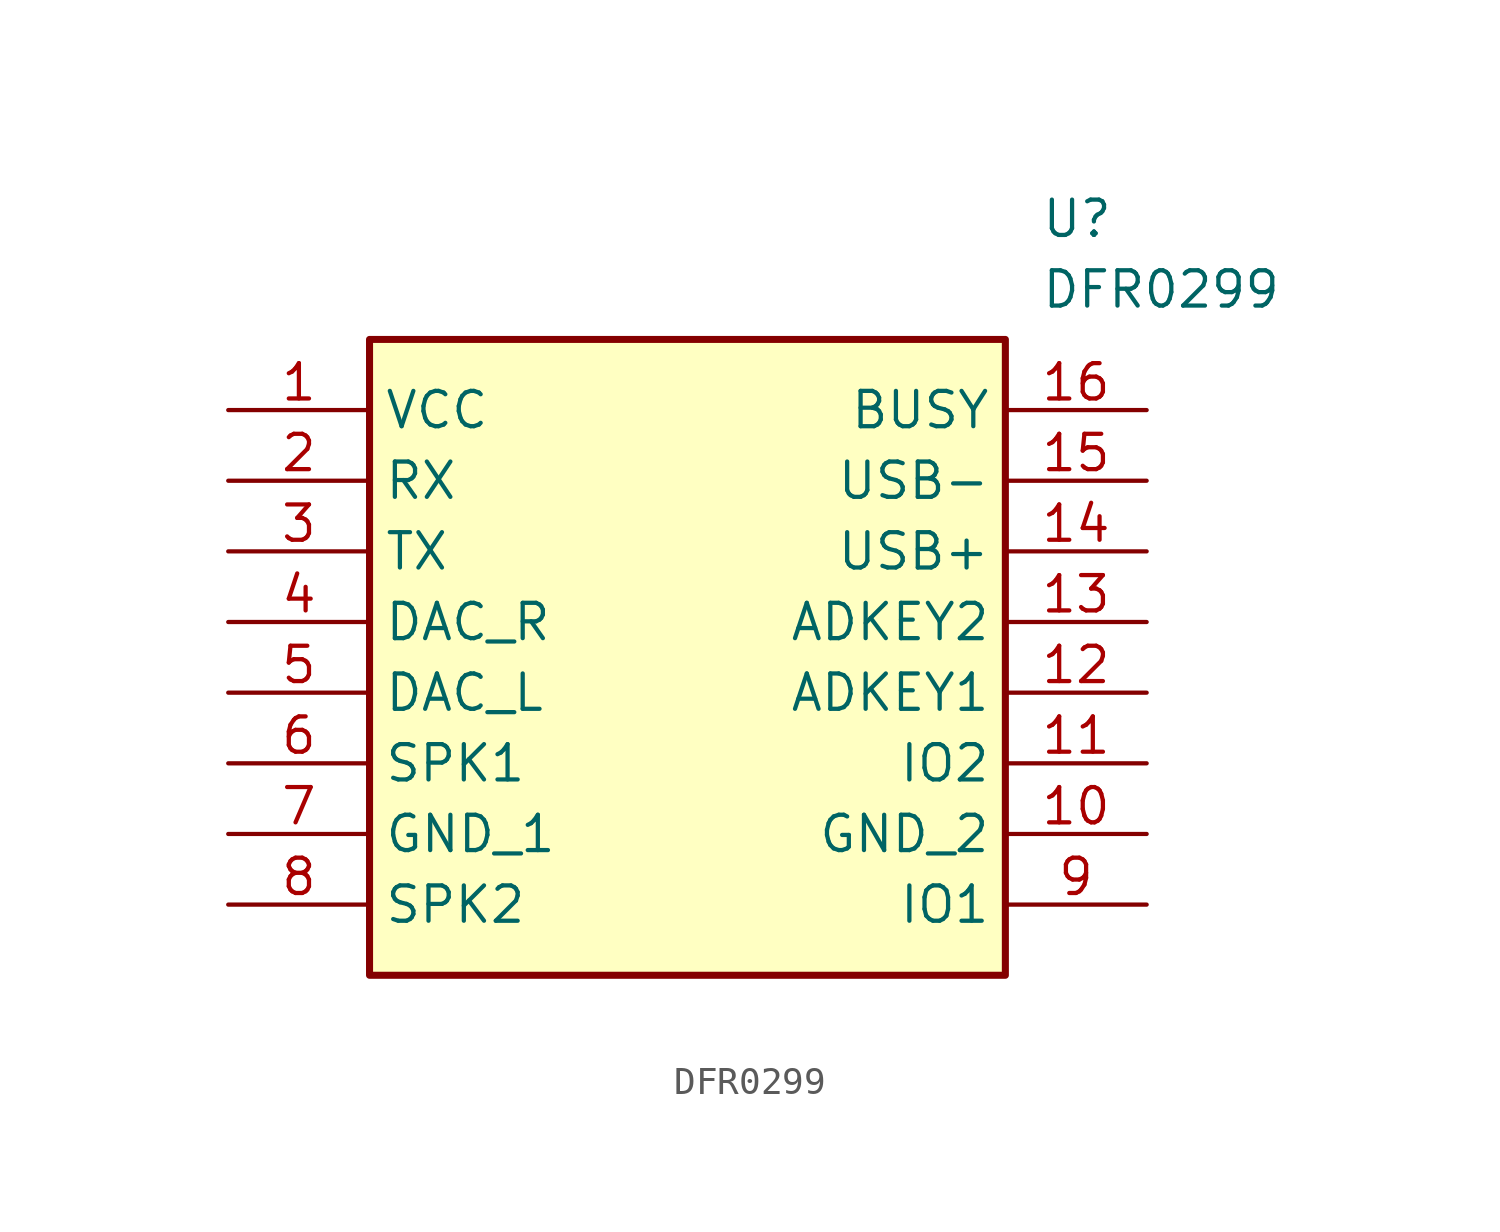
<source format=kicad_sym>
(kicad_symbol_lib
  (version 20211014)
  (generator SamacSys_ECAD_Model)
  (symbol "DFR0299"
    (property "Reference" "U"
      (at 29.21 7.62 0)
      (effects (font (size 1.27 1.27)) (justify left top)))
    (property "Value" "DFR0299"
      (at 29.21 5.08 0)
      (effects (font (size 1.27 1.27)) (justify left top)))
    (rectangle
      (start 5.08 2.54)
      (end 27.94 -20.32)
      (stroke (width 0.254) (type default))
      (fill (type background)))
    (pin passive line
      (at 0 0 0)
      (length 5.08)
      (name "VCC" (effects (font (size 1.27 1.27))))
      (number "1" (effects (font (size 1.27 1.27)))))
    (pin passive line
      (at 0 -2.54 0)
      (length 5.08)
      (name "RX" (effects (font (size 1.27 1.27))))
      (number "2" (effects (font (size 1.27 1.27)))))
    (pin passive line
      (at 0 -5.08 0)
      (length 5.08)
      (name "TX" (effects (font (size 1.27 1.27))))
      (number "3" (effects (font (size 1.27 1.27)))))
    (pin passive line
      (at 0 -7.62 0)
      (length 5.08)
      (name "DAC_R" (effects (font (size 1.27 1.27))))
      (number "4" (effects (font (size 1.27 1.27)))))
    (pin passive line
      (at 0 -10.16 0)
      (length 5.08)
      (name "DAC_L" (effects (font (size 1.27 1.27))))
      (number "5" (effects (font (size 1.27 1.27)))))
    (pin passive line
      (at 0 -12.7 0)
      (length 5.08)
      (name "SPK1" (effects (font (size 1.27 1.27))))
      (number "6" (effects (font (size 1.27 1.27)))))
    (pin passive line
      (at 0 -15.24 0)
      (length 5.08)
      (name "GND_1" (effects (font (size 1.27 1.27))))
      (number "7" (effects (font (size 1.27 1.27)))))
    (pin passive line
      (at 0 -17.78 0)
      (length 5.08)
      (name "SPK2" (effects (font (size 1.27 1.27))))
      (number "8" (effects (font (size 1.27 1.27)))))
    (pin passive line
      (at 33.02 -17.78 180)
      (length 5.08)
      (name "IO1" (effects (font (size 1.27 1.27))))
      (number "9" (effects (font (size 1.27 1.27)))))
    (pin passive line
      (at 33.02 -15.24 180)
      (length 5.08)
      (name "GND_2" (effects (font (size 1.27 1.27))))
      (number "10" (effects (font (size 1.27 1.27)))))
    (pin passive line
      (at 33.02 -12.7 180)
      (length 5.08)
      (name "IO2" (effects (font (size 1.27 1.27))))
      (number "11" (effects (font (size 1.27 1.27)))))
    (pin passive line
      (at 33.02 -10.16 180)
      (length 5.08)
      (name "ADKEY1" (effects (font (size 1.27 1.27))))
      (number "12" (effects (font (size 1.27 1.27)))))
    (pin passive line
      (at 33.02 -7.62 180)
      (length 5.08)
      (name "ADKEY2" (effects (font (size 1.27 1.27))))
      (number "13" (effects (font (size 1.27 1.27)))))
    (pin passive line
      (at 33.02 -5.08 180)
      (length 5.08)
      (name "USB+" (effects (font (size 1.27 1.27))))
      (number "14" (effects (font (size 1.27 1.27)))))
    (pin passive line
      (at 33.02 -2.54 180)
      (length 5.08)
      (name "USB-" (effects (font (size 1.27 1.27))))
      (number "15" (effects (font (size 1.27 1.27)))))
    (pin passive line
      (at 33.02 0 180)
      (length 5.08)
      (name "BUSY" (effects (font (size 1.27 1.27))))
      (number "16" (effects (font (size 1.27 1.27)))))))
</source>
